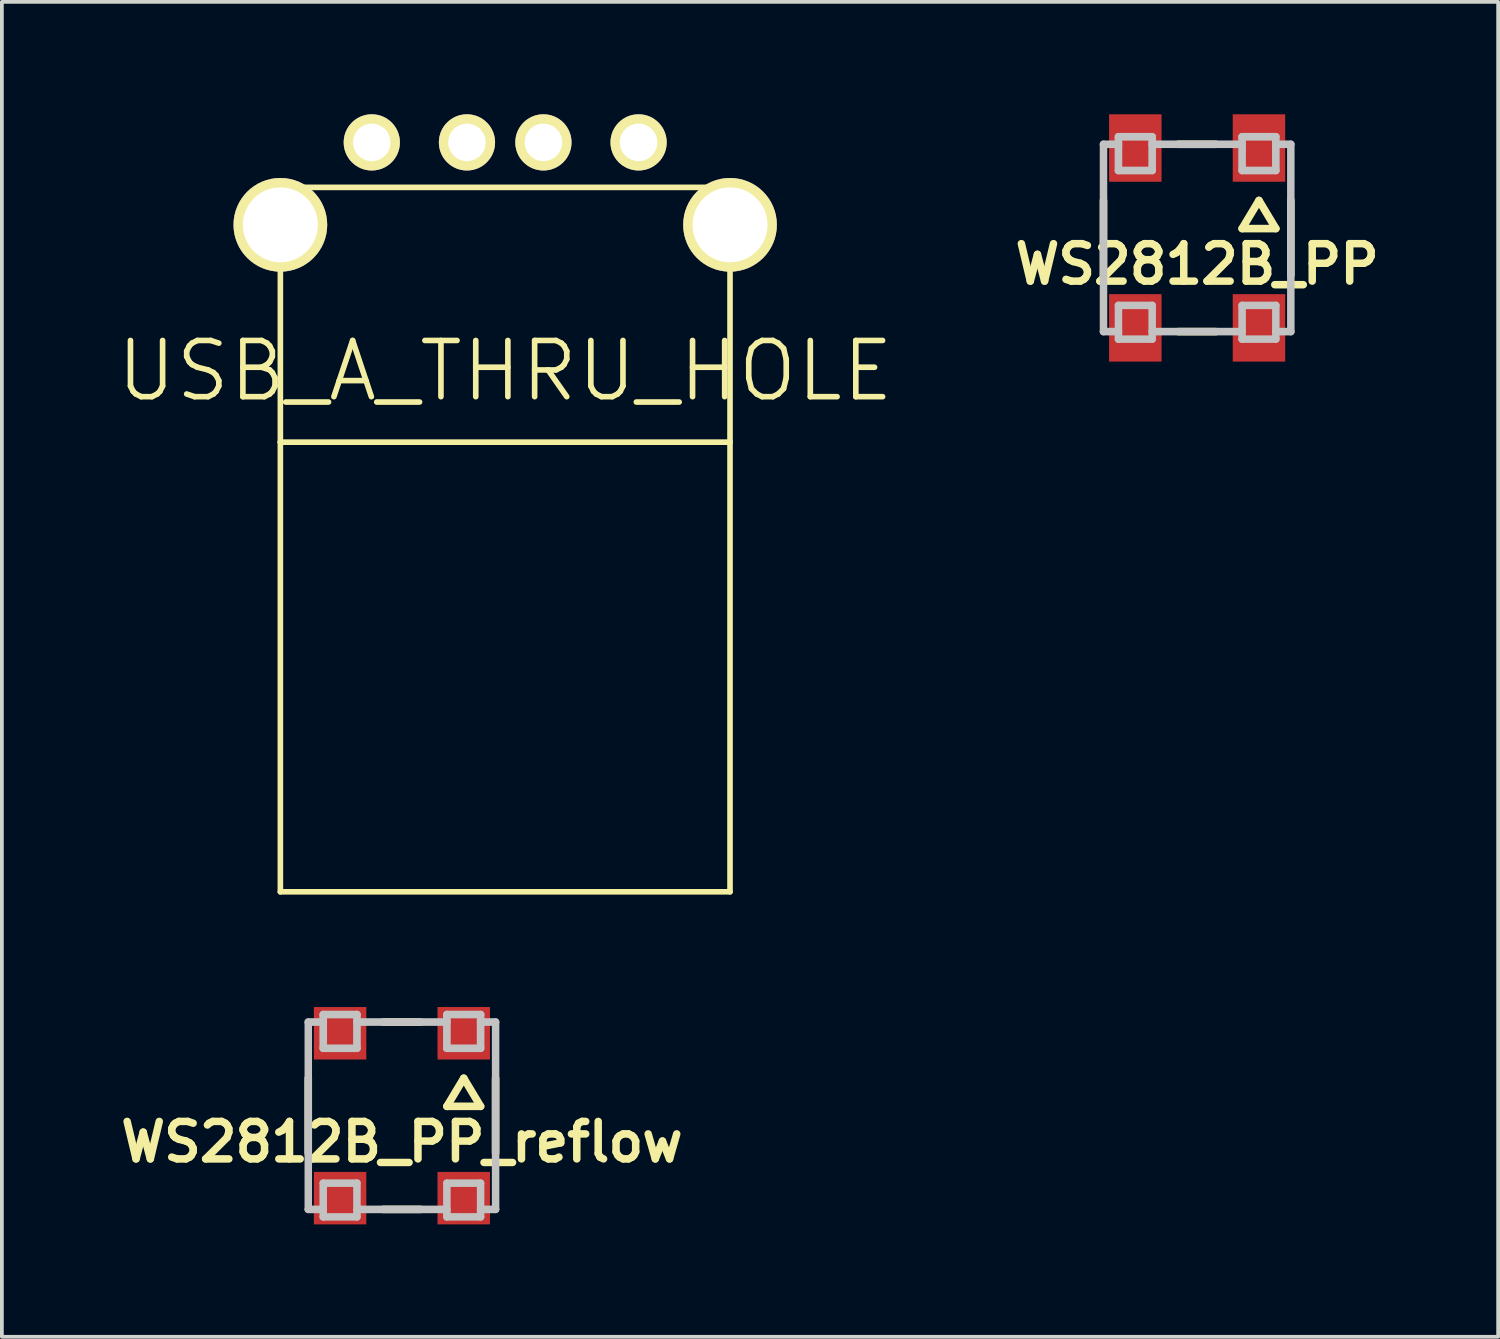
<source format=kicad_pcb>
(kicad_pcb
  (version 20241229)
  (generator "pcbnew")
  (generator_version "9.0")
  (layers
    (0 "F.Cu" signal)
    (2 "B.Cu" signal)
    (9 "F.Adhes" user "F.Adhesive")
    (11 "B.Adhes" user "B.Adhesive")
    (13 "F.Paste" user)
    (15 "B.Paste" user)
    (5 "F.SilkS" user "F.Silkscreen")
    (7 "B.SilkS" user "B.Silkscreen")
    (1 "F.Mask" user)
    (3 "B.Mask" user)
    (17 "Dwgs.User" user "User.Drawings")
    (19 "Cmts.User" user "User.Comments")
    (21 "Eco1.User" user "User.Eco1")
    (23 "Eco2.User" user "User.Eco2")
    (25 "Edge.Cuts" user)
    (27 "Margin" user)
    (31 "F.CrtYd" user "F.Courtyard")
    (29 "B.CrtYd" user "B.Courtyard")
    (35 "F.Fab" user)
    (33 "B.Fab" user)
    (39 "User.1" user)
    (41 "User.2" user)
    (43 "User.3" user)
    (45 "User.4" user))
  (footprint "WS2812B_PP_reflow"
    (layer "F.Cu")
    (at 7.676 26.725)
    (property "Reference" "WS2812B_PP_reflow" (at 0 0.7 0) (layer "F.SilkS") (effects (font (size 1 1) (thickness 0.2))))
    (attr through_hole)
    (fp_line (start -2.5 -1) (end -2.5 1) (stroke (width 0.203) (type solid)) (layer "F.SilkS"))
    (fp_line (start -0.5 -2.5) (end 0.5 -2.5) (stroke (width 0.203) (type solid)) (layer "F.SilkS"))
    (fp_line (start -0.5 2.5) (end 0.5 2.5) (stroke (width 0.203) (type solid)) (layer "F.SilkS"))
    (fp_line (start 1.2 -0.25) (end 2.1 -0.25) (stroke (width 0.203) (type solid)) (layer "F.SilkS"))
    (fp_line (start 1.65 -1) (end 1.2 -0.25) (stroke (width 0.203) (type solid)) (layer "F.SilkS"))
    (fp_line (start 2.1 -0.25) (end 1.65 -1) (stroke (width 0.203) (type solid)) (layer "F.SilkS"))
    (fp_line (start 2.5 -1) (end 2.5 1) (stroke (width 0.203) (type solid)) (layer "F.SilkS"))
    (fp_line (start -2.5 -2.5) (end -2.1 -2.5) (stroke (width 0.203) (type solid)) (layer "Dwgs.User"))
    (fp_line (start -2.5 2.5) (end -2.1 2.5) (stroke (width 0.203) (type solid)) (layer "Dwgs.User"))
    (fp_line (start -2.499 2.499) (end -2.499 -2.499) (stroke (width 0.2) (type solid)) (layer "Dwgs.User"))
    (fp_line (start -2.1 -2.7) (end -1.2 -2.7) (stroke (width 0.203) (type solid)) (layer "Dwgs.User"))
    (fp_line (start -2.1 -1.8) (end -2.1 -2.7) (stroke (width 0.203) (type solid)) (layer "Dwgs.User"))
    (fp_line (start -2.1 1.8) (end -1.2 1.8) (stroke (width 0.2) (type solid)) (layer "Dwgs.User"))
    (fp_line (start -2.1 2.7) (end -2.1 1.8) (stroke (width 0.2) (type solid)) (layer "Dwgs.User"))
    (fp_line (start -1.2 -2.7) (end -1.2 -1.8) (stroke (width 0.203) (type solid)) (layer "Dwgs.User"))
    (fp_line (start -1.2 -2.5) (end 1.2 -2.5) (stroke (width 0.203) (type solid)) (layer "Dwgs.User"))
    (fp_line (start -1.2 -1.8) (end -2.1 -1.8) (stroke (width 0.203) (type solid)) (layer "Dwgs.User"))
    (fp_line (start -1.2 1.8) (end -1.2 2.7) (stroke (width 0.2) (type solid)) (layer "Dwgs.User"))
    (fp_line (start -1.2 2.5) (end 1.2 2.5) (stroke (width 0.203) (type solid)) (layer "Dwgs.User"))
    (fp_line (start -1.2 2.7) (end -2.1 2.7) (stroke (width 0.2) (type solid)) (layer "Dwgs.User"))
    (fp_line (start 1.2 -2.7) (end 1.2 -1.8) (stroke (width 0.203) (type solid)) (layer "Dwgs.User"))
    (fp_line (start 1.2 -1.8) (end 2.1 -1.8) (stroke (width 0.203) (type solid)) (layer "Dwgs.User"))
    (fp_line (start 1.2 1.8) (end 2.1 1.8) (stroke (width 0.2) (type solid)) (layer "Dwgs.User"))
    (fp_line (start 1.2 2.7) (end 1.2 1.8) (stroke (width 0.2) (type solid)) (layer "Dwgs.User"))
    (fp_line (start 2.1 -2.7) (end 1.2 -2.7) (stroke (width 0.203) (type solid)) (layer "Dwgs.User"))
    (fp_line (start 2.1 -2.5) (end 2.5 -2.5) (stroke (width 0.203) (type solid)) (layer "Dwgs.User"))
    (fp_line (start 2.1 -1.8) (end 2.1 -2.7) (stroke (width 0.203) (type solid)) (layer "Dwgs.User"))
    (fp_line (start 2.1 1.8) (end 2.1 2.7) (stroke (width 0.2) (type solid)) (layer "Dwgs.User"))
    (fp_line (start 2.1 2.5) (end 2.5 2.5) (stroke (width 0.203) (type solid)) (layer "Dwgs.User"))
    (fp_line (start 2.1 2.7) (end 1.2 2.7) (stroke (width 0.2) (type solid)) (layer "Dwgs.User"))
    (fp_line (start 2.5 -2.5) (end 2.5 2.5) (stroke (width 0.2) (type solid)) (layer "Dwgs.User"))
    (pad "1" smd rect (at -1.65 2.2) (size 1.4 1.4) (layers "F.Cu" "F.Mask" "F.Paste"))
    (pad "2" smd rect (at 1.65 2.2) (size 1.4 1.4) (layers "F.Cu" "F.Mask" "F.Paste"))
    (pad "3" smd rect (at 1.65 -2.2) (size 1.4 1.4) (layers "F.Cu" "F.Mask" "F.Paste"))
    (pad "4" smd rect (at -1.65 -2.2) (size 1.4 1.4) (layers "F.Cu" "F.Mask" "F.Paste")))
  (footprint "USB_A_THRU_HOLE"
    (layer "F.Cu")
    (at 10.432 8.75)
    (property "Reference" "USB_A_THRU_HOLE" (at 0 -1.9 180) (layer "F.SilkS") (effects (font (size 1.5 1.5) (thickness 0.15))))
    (attr through_hole)
    (fp_line (start -6 -6.8) (end -6 0) (stroke (width 0.15) (type solid)) (layer "F.SilkS"))
    (fp_line (start -6 0) (end 6 0) (stroke (width 0.15) (type solid)) (layer "F.SilkS"))
    (fp_line (start -6 12) (end -6 0) (stroke (width 0.15) (type solid)) (layer "F.SilkS"))
    (fp_line (start 6 -6.8) (end -6 -6.8) (stroke (width 0.15) (type solid)) (layer "F.SilkS"))
    (fp_line (start 6 0) (end 6 -6.8) (stroke (width 0.15) (type solid)) (layer "F.SilkS"))
    (fp_line (start 6 0) (end 6 12) (stroke (width 0.15) (type solid)) (layer "F.SilkS"))
    (fp_line (start 6 12) (end -6 12) (stroke (width 0.15) (type solid)) (layer "F.SilkS"))
    (pad "" thru_hole circle (at -6 -5.8 180) (size 2.5 2.5) (drill 2) (layers "*.Cu" "*.Mask" "F.SilkS"))
    (pad "" thru_hole circle (at 6 -5.8 180) (size 2.5 2.5) (drill 2) (layers "*.Cu" "*.Mask" "F.SilkS"))
    (pad "1" thru_hole circle (at 3.56 -8 180) (size 1.5 1.5) (drill 1) (layers "*.Cu" "*.Mask" "F.SilkS"))
    (pad "2" thru_hole circle (at 1.02 -8 180) (size 1.5 1.5) (drill 1) (layers "*.Cu" "*.Mask" "F.SilkS"))
    (pad "3" thru_hole circle (at -1.02 -8 180) (size 1.5 1.5) (drill 1) (layers "*.Cu" "*.Mask" "F.SilkS"))
    (pad "4" thru_hole circle (at -3.56 -8 180) (size 1.5 1.5) (drill 1) (layers "*.Cu" "*.Mask" "F.SilkS")))
  (footprint "WS2812B_PP"
    (layer "F.Cu")
    (at 28.898 3.3)
    (property "Reference" "WS2812B_PP" (at 0 0.7 0) (layer "F.SilkS") (effects (font (size 1 1) (thickness 0.2))))
    (attr through_hole)
    (fp_line (start -2.5 -1) (end -2.5 1) (stroke (width 0.203) (type solid)) (layer "F.SilkS"))
    (fp_line (start -0.5 -2.5) (end 0.5 -2.5) (stroke (width 0.203) (type solid)) (layer "F.SilkS"))
    (fp_line (start -0.5 2.5) (end 0.5 2.5) (stroke (width 0.203) (type solid)) (layer "F.SilkS"))
    (fp_line (start 1.2 -0.25) (end 2.1 -0.25) (stroke (width 0.203) (type solid)) (layer "F.SilkS"))
    (fp_line (start 1.65 -1) (end 1.2 -0.25) (stroke (width 0.203) (type solid)) (layer "F.SilkS"))
    (fp_line (start 2.1 -0.25) (end 1.65 -1) (stroke (width 0.203) (type solid)) (layer "F.SilkS"))
    (fp_line (start 2.5 -1) (end 2.5 1) (stroke (width 0.203) (type solid)) (layer "F.SilkS"))
    (fp_line (start -2.5 -2.5) (end -2.1 -2.5) (stroke (width 0.203) (type solid)) (layer "Dwgs.User"))
    (fp_line (start -2.5 2.5) (end -2.1 2.5) (stroke (width 0.203) (type solid)) (layer "Dwgs.User"))
    (fp_line (start -2.499 2.499) (end -2.499 -2.499) (stroke (width 0.2) (type solid)) (layer "Dwgs.User"))
    (fp_line (start -2.1 -2.7) (end -1.2 -2.7) (stroke (width 0.203) (type solid)) (layer "Dwgs.User"))
    (fp_line (start -2.1 -1.8) (end -2.1 -2.7) (stroke (width 0.203) (type solid)) (layer "Dwgs.User"))
    (fp_line (start -2.1 1.8) (end -1.2 1.8) (stroke (width 0.2) (type solid)) (layer "Dwgs.User"))
    (fp_line (start -2.1 2.7) (end -2.1 1.8) (stroke (width 0.2) (type solid)) (layer "Dwgs.User"))
    (fp_line (start -1.2 -2.7) (end -1.2 -1.8) (stroke (width 0.203) (type solid)) (layer "Dwgs.User"))
    (fp_line (start -1.2 -2.5) (end 1.2 -2.5) (stroke (width 0.203) (type solid)) (layer "Dwgs.User"))
    (fp_line (start -1.2 -1.8) (end -2.1 -1.8) (stroke (width 0.203) (type solid)) (layer "Dwgs.User"))
    (fp_line (start -1.2 1.8) (end -1.2 2.7) (stroke (width 0.2) (type solid)) (layer "Dwgs.User"))
    (fp_line (start -1.2 2.5) (end 1.2 2.5) (stroke (width 0.203) (type solid)) (layer "Dwgs.User"))
    (fp_line (start -1.2 2.7) (end -2.1 2.7) (stroke (width 0.2) (type solid)) (layer "Dwgs.User"))
    (fp_line (start 1.2 -2.7) (end 1.2 -1.8) (stroke (width 0.203) (type solid)) (layer "Dwgs.User"))
    (fp_line (start 1.2 -1.8) (end 2.1 -1.8) (stroke (width 0.203) (type solid)) (layer "Dwgs.User"))
    (fp_line (start 1.2 1.8) (end 2.1 1.8) (stroke (width 0.2) (type solid)) (layer "Dwgs.User"))
    (fp_line (start 1.2 2.7) (end 1.2 1.8) (stroke (width 0.2) (type solid)) (layer "Dwgs.User"))
    (fp_line (start 2.1 -2.7) (end 1.2 -2.7) (stroke (width 0.203) (type solid)) (layer "Dwgs.User"))
    (fp_line (start 2.1 -2.5) (end 2.5 -2.5) (stroke (width 0.203) (type solid)) (layer "Dwgs.User"))
    (fp_line (start 2.1 -1.8) (end 2.1 -2.7) (stroke (width 0.203) (type solid)) (layer "Dwgs.User"))
    (fp_line (start 2.1 1.8) (end 2.1 2.7) (stroke (width 0.2) (type solid)) (layer "Dwgs.User"))
    (fp_line (start 2.1 2.5) (end 2.5 2.5) (stroke (width 0.203) (type solid)) (layer "Dwgs.User"))
    (fp_line (start 2.1 2.7) (end 1.2 2.7) (stroke (width 0.2) (type solid)) (layer "Dwgs.User"))
    (fp_line (start 2.5 -2.5) (end 2.5 2.5) (stroke (width 0.2) (type solid)) (layer "Dwgs.User"))
    (pad "1" smd rect (at -1.65 2.4) (size 1.4 1.8) (layers "F.Cu" "F.Mask" "F.Paste"))
    (pad "2" smd rect (at 1.65 2.4) (size 1.4 1.8) (layers "F.Cu" "F.Mask" "F.Paste"))
    (pad "3" smd rect (at 1.65 -2.4) (size 1.4 1.8) (layers "F.Cu" "F.Mask" "F.Paste"))
    (pad "4" smd rect (at -1.65 -2.4) (size 1.4 1.8) (layers "F.Cu" "F.Mask" "F.Paste")))
  (gr_rect
    (start -3 -3)
    (end 36.931 32.625)
    (stroke (width 0.1) (type default))
    (fill no)
    (layer "Edge.Cuts")))
</source>
